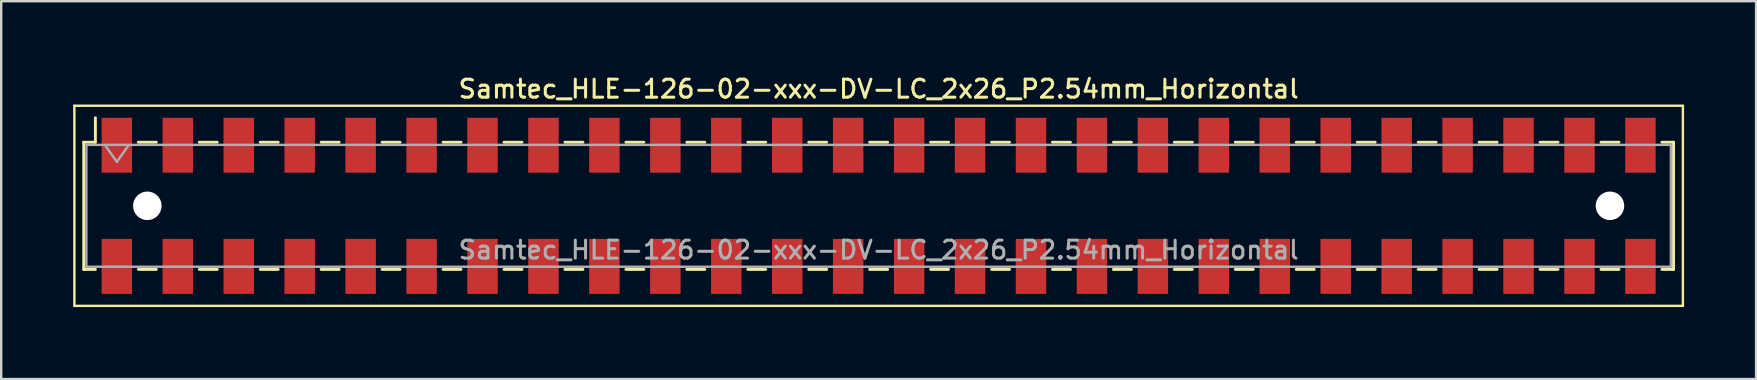
<source format=kicad_pcb>
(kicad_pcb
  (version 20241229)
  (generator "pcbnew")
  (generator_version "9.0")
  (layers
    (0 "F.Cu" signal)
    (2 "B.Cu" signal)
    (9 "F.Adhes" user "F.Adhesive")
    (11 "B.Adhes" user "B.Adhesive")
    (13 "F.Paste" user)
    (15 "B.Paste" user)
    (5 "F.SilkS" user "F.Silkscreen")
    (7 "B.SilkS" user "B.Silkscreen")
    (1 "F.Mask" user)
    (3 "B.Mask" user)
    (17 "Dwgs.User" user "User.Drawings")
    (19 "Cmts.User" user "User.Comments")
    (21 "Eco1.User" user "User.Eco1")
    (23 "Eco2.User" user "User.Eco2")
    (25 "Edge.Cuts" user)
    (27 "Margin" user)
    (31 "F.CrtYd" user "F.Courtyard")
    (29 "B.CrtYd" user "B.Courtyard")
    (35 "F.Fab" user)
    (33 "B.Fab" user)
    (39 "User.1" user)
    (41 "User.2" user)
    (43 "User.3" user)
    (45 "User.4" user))
  (footprint "Samtec_HLE-126-02-xxx-DV-LC_2x26_P2.54mm_Horizontal"
    (layer "F.Cu")
    (at 33.57 5.528)
    (property "Reference" "Samtec_HLE-126-02-xxx-DV-LC_2x26_P2.54mm_Horizontal" (at 0 -4.87 0) (layer "F.SilkS") (effects (font (size 0.75 0.75) (thickness 0.125))))
    (attr smd)
    (fp_line (start -33.52 -4.17) (end 33.52 -4.17) (stroke (width 0.1) (type solid)) (layer "F.SilkS"))
    (fp_line (start -33.52 4.17) (end -33.52 -4.17) (stroke (width 0.1) (type solid)) (layer "F.SilkS"))
    (fp_line (start -33.13 -2.65) (end -33.13 2.65) (stroke (width 0.12) (type solid)) (layer "F.SilkS"))
    (fp_line (start -33.13 2.65) (end -32.645 2.65) (stroke (width 0.12) (type solid)) (layer "F.SilkS"))
    (fp_line (start -32.645 -3.67) (end -32.645 -2.65) (stroke (width 0.12) (type solid)) (layer "F.SilkS"))
    (fp_line (start -32.645 -2.65) (end -33.13 -2.65) (stroke (width 0.12) (type solid)) (layer "F.SilkS"))
    (fp_line (start -30.855 -2.65) (end -30.105 -2.65) (stroke (width 0.12) (type solid)) (layer "F.SilkS"))
    (fp_line (start -30.855 2.65) (end -30.105 2.65) (stroke (width 0.12) (type solid)) (layer "F.SilkS"))
    (fp_line (start -28.315 -2.65) (end -27.565 -2.65) (stroke (width 0.12) (type solid)) (layer "F.SilkS"))
    (fp_line (start -28.315 2.65) (end -27.565 2.65) (stroke (width 0.12) (type solid)) (layer "F.SilkS"))
    (fp_line (start -25.775 -2.65) (end -25.025 -2.65) (stroke (width 0.12) (type solid)) (layer "F.SilkS"))
    (fp_line (start -25.775 2.65) (end -25.025 2.65) (stroke (width 0.12) (type solid)) (layer "F.SilkS"))
    (fp_line (start -23.235 -2.65) (end -22.485 -2.65) (stroke (width 0.12) (type solid)) (layer "F.SilkS"))
    (fp_line (start -23.235 2.65) (end -22.485 2.65) (stroke (width 0.12) (type solid)) (layer "F.SilkS"))
    (fp_line (start -20.695 -2.65) (end -19.945 -2.65) (stroke (width 0.12) (type solid)) (layer "F.SilkS"))
    (fp_line (start -20.695 2.65) (end -19.945 2.65) (stroke (width 0.12) (type solid)) (layer "F.SilkS"))
    (fp_line (start -18.155 -2.65) (end -17.405 -2.65) (stroke (width 0.12) (type solid)) (layer "F.SilkS"))
    (fp_line (start -18.155 2.65) (end -17.405 2.65) (stroke (width 0.12) (type solid)) (layer "F.SilkS"))
    (fp_line (start -15.615 -2.65) (end -14.865 -2.65) (stroke (width 0.12) (type solid)) (layer "F.SilkS"))
    (fp_line (start -15.615 2.65) (end -14.865 2.65) (stroke (width 0.12) (type solid)) (layer "F.SilkS"))
    (fp_line (start -13.075 -2.65) (end -12.325 -2.65) (stroke (width 0.12) (type solid)) (layer "F.SilkS"))
    (fp_line (start -13.075 2.65) (end -12.325 2.65) (stroke (width 0.12) (type solid)) (layer "F.SilkS"))
    (fp_line (start -10.535 -2.65) (end -9.785 -2.65) (stroke (width 0.12) (type solid)) (layer "F.SilkS"))
    (fp_line (start -10.535 2.65) (end -9.785 2.65) (stroke (width 0.12) (type solid)) (layer "F.SilkS"))
    (fp_line (start -7.995 -2.65) (end -7.245 -2.65) (stroke (width 0.12) (type solid)) (layer "F.SilkS"))
    (fp_line (start -7.995 2.65) (end -7.245 2.65) (stroke (width 0.12) (type solid)) (layer "F.SilkS"))
    (fp_line (start -5.455 -2.65) (end -4.705 -2.65) (stroke (width 0.12) (type solid)) (layer "F.SilkS"))
    (fp_line (start -5.455 2.65) (end -4.705 2.65) (stroke (width 0.12) (type solid)) (layer "F.SilkS"))
    (fp_line (start -2.915 -2.65) (end -2.165 -2.65) (stroke (width 0.12) (type solid)) (layer "F.SilkS"))
    (fp_line (start -2.915 2.65) (end -2.165 2.65) (stroke (width 0.12) (type solid)) (layer "F.SilkS"))
    (fp_line (start -0.375 -2.65) (end 0.375 -2.65) (stroke (width 0.12) (type solid)) (layer "F.SilkS"))
    (fp_line (start -0.375 2.65) (end 0.375 2.65) (stroke (width 0.12) (type solid)) (layer "F.SilkS"))
    (fp_line (start 2.165 -2.65) (end 2.915 -2.65) (stroke (width 0.12) (type solid)) (layer "F.SilkS"))
    (fp_line (start 2.165 2.65) (end 2.915 2.65) (stroke (width 0.12) (type solid)) (layer "F.SilkS"))
    (fp_line (start 4.705 -2.65) (end 5.455 -2.65) (stroke (width 0.12) (type solid)) (layer "F.SilkS"))
    (fp_line (start 4.705 2.65) (end 5.455 2.65) (stroke (width 0.12) (type solid)) (layer "F.SilkS"))
    (fp_line (start 7.245 -2.65) (end 7.995 -2.65) (stroke (width 0.12) (type solid)) (layer "F.SilkS"))
    (fp_line (start 7.245 2.65) (end 7.995 2.65) (stroke (width 0.12) (type solid)) (layer "F.SilkS"))
    (fp_line (start 9.785 -2.65) (end 10.535 -2.65) (stroke (width 0.12) (type solid)) (layer "F.SilkS"))
    (fp_line (start 9.785 2.65) (end 10.535 2.65) (stroke (width 0.12) (type solid)) (layer "F.SilkS"))
    (fp_line (start 12.325 -2.65) (end 13.075 -2.65) (stroke (width 0.12) (type solid)) (layer "F.SilkS"))
    (fp_line (start 12.325 2.65) (end 13.075 2.65) (stroke (width 0.12) (type solid)) (layer "F.SilkS"))
    (fp_line (start 14.865 -2.65) (end 15.615 -2.65) (stroke (width 0.12) (type solid)) (layer "F.SilkS"))
    (fp_line (start 14.865 2.65) (end 15.615 2.65) (stroke (width 0.12) (type solid)) (layer "F.SilkS"))
    (fp_line (start 17.405 -2.65) (end 18.155 -2.65) (stroke (width 0.12) (type solid)) (layer "F.SilkS"))
    (fp_line (start 17.405 2.65) (end 18.155 2.65) (stroke (width 0.12) (type solid)) (layer "F.SilkS"))
    (fp_line (start 19.945 -2.65) (end 20.695 -2.65) (stroke (width 0.12) (type solid)) (layer "F.SilkS"))
    (fp_line (start 19.945 2.65) (end 20.695 2.65) (stroke (width 0.12) (type solid)) (layer "F.SilkS"))
    (fp_line (start 22.485 -2.65) (end 23.235 -2.65) (stroke (width 0.12) (type solid)) (layer "F.SilkS"))
    (fp_line (start 22.485 2.65) (end 23.235 2.65) (stroke (width 0.12) (type solid)) (layer "F.SilkS"))
    (fp_line (start 25.025 -2.65) (end 25.775 -2.65) (stroke (width 0.12) (type solid)) (layer "F.SilkS"))
    (fp_line (start 25.025 2.65) (end 25.775 2.65) (stroke (width 0.12) (type solid)) (layer "F.SilkS"))
    (fp_line (start 27.565 -2.65) (end 28.315 -2.65) (stroke (width 0.12) (type solid)) (layer "F.SilkS"))
    (fp_line (start 27.565 2.65) (end 28.315 2.65) (stroke (width 0.12) (type solid)) (layer "F.SilkS"))
    (fp_line (start 30.105 -2.65) (end 30.855 -2.65) (stroke (width 0.12) (type solid)) (layer "F.SilkS"))
    (fp_line (start 30.105 2.65) (end 30.855 2.65) (stroke (width 0.12) (type solid)) (layer "F.SilkS"))
    (fp_line (start 32.645 -2.65) (end 33.13 -2.65) (stroke (width 0.12) (type solid)) (layer "F.SilkS"))
    (fp_line (start 33.13 -2.65) (end 33.13 2.65) (stroke (width 0.12) (type solid)) (layer "F.SilkS"))
    (fp_line (start 33.13 2.65) (end 32.645 2.65) (stroke (width 0.12) (type solid)) (layer "F.SilkS"))
    (fp_line (start 33.52 -4.17) (end 33.52 4.17) (stroke (width 0.1) (type solid)) (layer "F.SilkS"))
    (fp_line (start 33.52 4.17) (end -33.52 4.17) (stroke (width 0.1) (type solid)) (layer "F.SilkS"))
    (fp_line (start -33.02 -2.54) (end 33.02 -2.54) (stroke (width 0.1) (type solid)) (layer "F.Fab"))
    (fp_line (start -33.02 2.54) (end -33.02 -2.54) (stroke (width 0.1) (type solid)) (layer "F.Fab"))
    (fp_line (start -32.25 -2.54) (end -31.75 -1.833) (stroke (width 0.1) (type solid)) (layer "F.Fab"))
    (fp_line (start -31.75 -1.833) (end -31.25 -2.54) (stroke (width 0.1) (type solid)) (layer "F.Fab"))
    (fp_line (start 33.02 -2.54) (end 33.02 2.54) (stroke (width 0.1) (type solid)) (layer "F.Fab"))
    (fp_line (start 33.02 2.54) (end -33.02 2.54) (stroke (width 0.1) (type solid)) (layer "F.Fab"))
    (fp_text user "${REFERENCE}" (at 0 1.84 0) (layer "F.Fab") (effects (font (size 0.75 0.75) (thickness 0.125))))
    (pad "" np_thru_hole circle (at -30.48 0) (size 1.19 1.19) (drill 1.19) (layers "*.Cu" "*.Mask"))
    (pad "" np_thru_hole circle (at 30.48 0) (size 1.19 1.19) (drill 1.19) (layers "*.Cu" "*.Mask"))
    (pad "1" smd rect (at -31.75 -2.525) (size 1.27 2.29) (layers "F.Cu" "F.Mask" "F.Paste"))
    (pad "2" smd rect (at -31.75 2.525) (size 1.27 2.29) (layers "F.Cu" "F.Mask" "F.Paste"))
    (pad "3" smd rect (at -29.21 -2.525) (size 1.27 2.29) (layers "F.Cu" "F.Mask" "F.Paste"))
    (pad "4" smd rect (at -29.21 2.525) (size 1.27 2.29) (layers "F.Cu" "F.Mask" "F.Paste"))
    (pad "5" smd rect (at -26.67 -2.525) (size 1.27 2.29) (layers "F.Cu" "F.Mask" "F.Paste"))
    (pad "6" smd rect (at -26.67 2.525) (size 1.27 2.29) (layers "F.Cu" "F.Mask" "F.Paste"))
    (pad "7" smd rect (at -24.13 -2.525) (size 1.27 2.29) (layers "F.Cu" "F.Mask" "F.Paste"))
    (pad "8" smd rect (at -24.13 2.525) (size 1.27 2.29) (layers "F.Cu" "F.Mask" "F.Paste"))
    (pad "9" smd rect (at -21.59 -2.525) (size 1.27 2.29) (layers "F.Cu" "F.Mask" "F.Paste"))
    (pad "10" smd rect (at -21.59 2.525) (size 1.27 2.29) (layers "F.Cu" "F.Mask" "F.Paste"))
    (pad "11" smd rect (at -19.05 -2.525) (size 1.27 2.29) (layers "F.Cu" "F.Mask" "F.Paste"))
    (pad "12" smd rect (at -19.05 2.525) (size 1.27 2.29) (layers "F.Cu" "F.Mask" "F.Paste"))
    (pad "13" smd rect (at -16.51 -2.525) (size 1.27 2.29) (layers "F.Cu" "F.Mask" "F.Paste"))
    (pad "14" smd rect (at -16.51 2.525) (size 1.27 2.29) (layers "F.Cu" "F.Mask" "F.Paste"))
    (pad "15" smd rect (at -13.97 -2.525) (size 1.27 2.29) (layers "F.Cu" "F.Mask" "F.Paste"))
    (pad "16" smd rect (at -13.97 2.525) (size 1.27 2.29) (layers "F.Cu" "F.Mask" "F.Paste"))
    (pad "17" smd rect (at -11.43 -2.525) (size 1.27 2.29) (layers "F.Cu" "F.Mask" "F.Paste"))
    (pad "18" smd rect (at -11.43 2.525) (size 1.27 2.29) (layers "F.Cu" "F.Mask" "F.Paste"))
    (pad "19" smd rect (at -8.89 -2.525) (size 1.27 2.29) (layers "F.Cu" "F.Mask" "F.Paste"))
    (pad "20" smd rect (at -8.89 2.525) (size 1.27 2.29) (layers "F.Cu" "F.Mask" "F.Paste"))
    (pad "21" smd rect (at -6.35 -2.525) (size 1.27 2.29) (layers "F.Cu" "F.Mask" "F.Paste"))
    (pad "22" smd rect (at -6.35 2.525) (size 1.27 2.29) (layers "F.Cu" "F.Mask" "F.Paste"))
    (pad "23" smd rect (at -3.81 -2.525) (size 1.27 2.29) (layers "F.Cu" "F.Mask" "F.Paste"))
    (pad "24" smd rect (at -3.81 2.525) (size 1.27 2.29) (layers "F.Cu" "F.Mask" "F.Paste"))
    (pad "25" smd rect (at -1.27 -2.525) (size 1.27 2.29) (layers "F.Cu" "F.Mask" "F.Paste"))
    (pad "26" smd rect (at -1.27 2.525) (size 1.27 2.29) (layers "F.Cu" "F.Mask" "F.Paste"))
    (pad "27" smd rect (at 1.27 -2.525) (size 1.27 2.29) (layers "F.Cu" "F.Mask" "F.Paste"))
    (pad "28" smd rect (at 1.27 2.525) (size 1.27 2.29) (layers "F.Cu" "F.Mask" "F.Paste"))
    (pad "29" smd rect (at 3.81 -2.525) (size 1.27 2.29) (layers "F.Cu" "F.Mask" "F.Paste"))
    (pad "30" smd rect (at 3.81 2.525) (size 1.27 2.29) (layers "F.Cu" "F.Mask" "F.Paste"))
    (pad "31" smd rect (at 6.35 -2.525) (size 1.27 2.29) (layers "F.Cu" "F.Mask" "F.Paste"))
    (pad "32" smd rect (at 6.35 2.525) (size 1.27 2.29) (layers "F.Cu" "F.Mask" "F.Paste"))
    (pad "33" smd rect (at 8.89 -2.525) (size 1.27 2.29) (layers "F.Cu" "F.Mask" "F.Paste"))
    (pad "34" smd rect (at 8.89 2.525) (size 1.27 2.29) (layers "F.Cu" "F.Mask" "F.Paste"))
    (pad "35" smd rect (at 11.43 -2.525) (size 1.27 2.29) (layers "F.Cu" "F.Mask" "F.Paste"))
    (pad "36" smd rect (at 11.43 2.525) (size 1.27 2.29) (layers "F.Cu" "F.Mask" "F.Paste"))
    (pad "37" smd rect (at 13.97 -2.525) (size 1.27 2.29) (layers "F.Cu" "F.Mask" "F.Paste"))
    (pad "38" smd rect (at 13.97 2.525) (size 1.27 2.29) (layers "F.Cu" "F.Mask" "F.Paste"))
    (pad "39" smd rect (at 16.51 -2.525) (size 1.27 2.29) (layers "F.Cu" "F.Mask" "F.Paste"))
    (pad "40" smd rect (at 16.51 2.525) (size 1.27 2.29) (layers "F.Cu" "F.Mask" "F.Paste"))
    (pad "41" smd rect (at 19.05 -2.525) (size 1.27 2.29) (layers "F.Cu" "F.Mask" "F.Paste"))
    (pad "42" smd rect (at 19.05 2.525) (size 1.27 2.29) (layers "F.Cu" "F.Mask" "F.Paste"))
    (pad "43" smd rect (at 21.59 -2.525) (size 1.27 2.29) (layers "F.Cu" "F.Mask" "F.Paste"))
    (pad "44" smd rect (at 21.59 2.525) (size 1.27 2.29) (layers "F.Cu" "F.Mask" "F.Paste"))
    (pad "45" smd rect (at 24.13 -2.525) (size 1.27 2.29) (layers "F.Cu" "F.Mask" "F.Paste"))
    (pad "46" smd rect (at 24.13 2.525) (size 1.27 2.29) (layers "F.Cu" "F.Mask" "F.Paste"))
    (pad "47" smd rect (at 26.67 -2.525) (size 1.27 2.29) (layers "F.Cu" "F.Mask" "F.Paste"))
    (pad "48" smd rect (at 26.67 2.525) (size 1.27 2.29) (layers "F.Cu" "F.Mask" "F.Paste"))
    (pad "49" smd rect (at 29.21 -2.525) (size 1.27 2.29) (layers "F.Cu" "F.Mask" "F.Paste"))
    (pad "50" smd rect (at 29.21 2.525) (size 1.27 2.29) (layers "F.Cu" "F.Mask" "F.Paste"))
    (pad "51" smd rect (at 31.75 -2.525) (size 1.27 2.29) (layers "F.Cu" "F.Mask" "F.Paste"))
    (pad "52" smd rect (at 31.75 2.525) (size 1.27 2.29) (layers "F.Cu" "F.Mask" "F.Paste")))
  (gr_rect
    (start -3 -3)
    (end 70.14 12.748)
    (stroke (width 0.1) (type default))
    (fill no)
    (layer "Edge.Cuts")))
</source>
